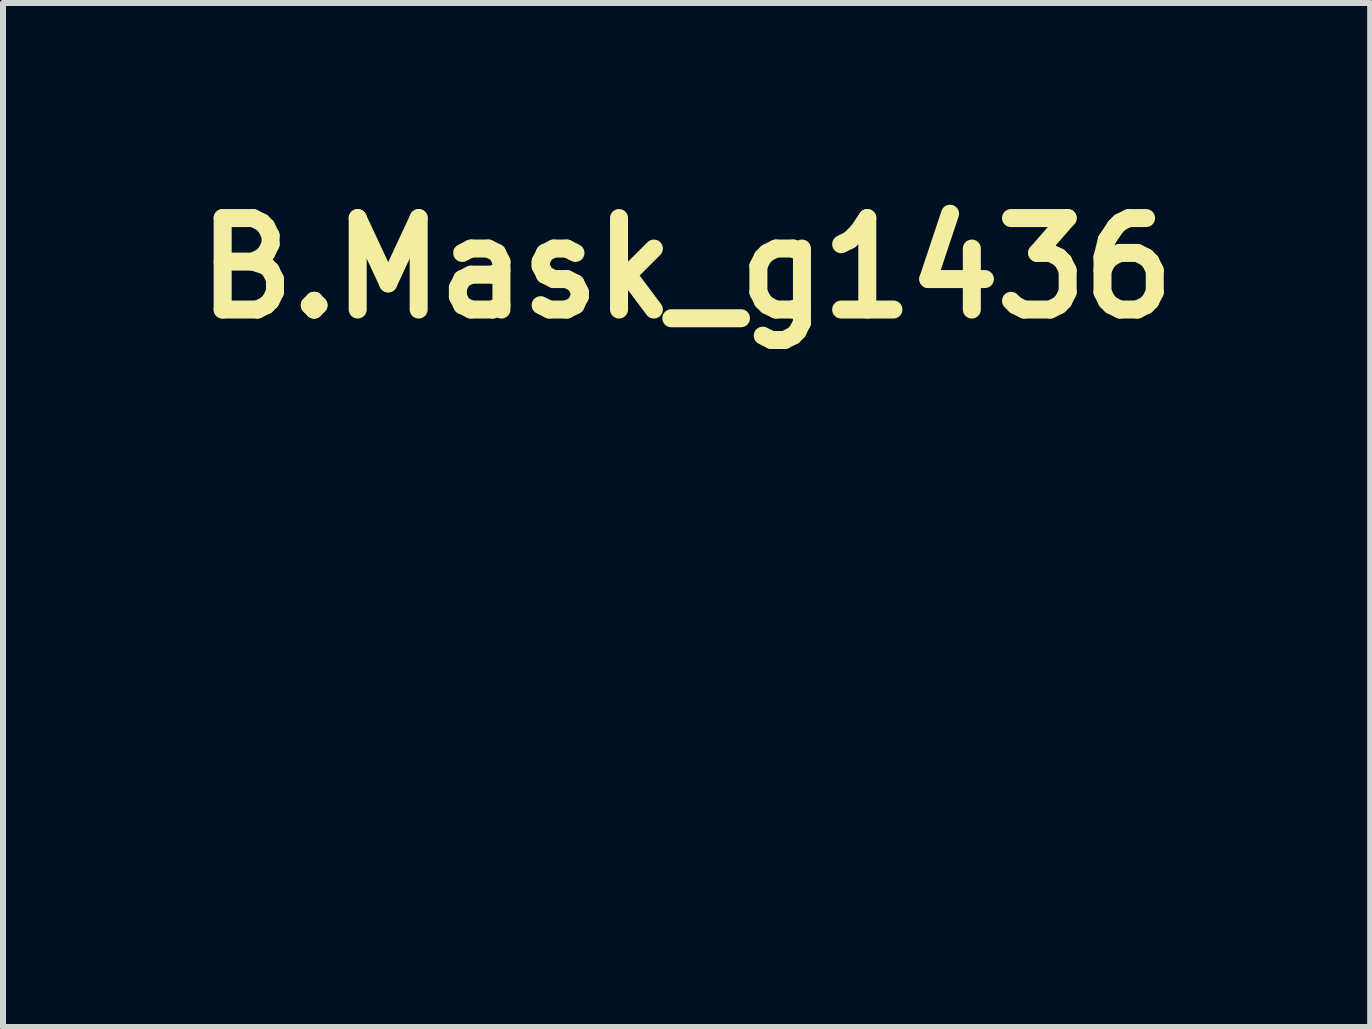
<source format=kicad_pcb>
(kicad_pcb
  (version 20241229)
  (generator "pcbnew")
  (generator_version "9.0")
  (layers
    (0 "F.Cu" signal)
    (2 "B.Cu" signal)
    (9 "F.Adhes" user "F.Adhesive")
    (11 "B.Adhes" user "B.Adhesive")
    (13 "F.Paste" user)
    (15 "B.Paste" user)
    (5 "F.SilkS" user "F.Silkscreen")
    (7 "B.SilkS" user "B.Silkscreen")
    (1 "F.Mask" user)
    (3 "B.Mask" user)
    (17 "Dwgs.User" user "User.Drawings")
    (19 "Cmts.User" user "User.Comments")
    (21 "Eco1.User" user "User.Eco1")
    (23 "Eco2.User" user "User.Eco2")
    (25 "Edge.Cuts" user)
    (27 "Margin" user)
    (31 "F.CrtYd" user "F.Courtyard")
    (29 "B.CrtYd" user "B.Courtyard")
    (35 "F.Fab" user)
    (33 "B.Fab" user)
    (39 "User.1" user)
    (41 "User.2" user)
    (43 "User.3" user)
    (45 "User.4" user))
  (footprint "B.Mask_g1436"
    (layer "F.Cu")
    (at 8.389 1.418)
    (property "Reference" "B.Mask_g1436" (at 0 0 0) (layer "F.SilkS") (effects (font (size 1.524 1.524) (thickness 0.3))))
    (attr through_hole)
    (fp_poly (pts (xy 0.421 3.951) (xy 0.531 3.984) (xy 0.536 3.986) (xy 0.7 4.056) (xy 0.828 4.135) (xy 0.923 4.227) (xy 0.991 4.338) (xy 1.03 4.442) (xy 1.041 4.484) (xy 1.05 4.525) (xy 1.055 4.567) (xy 1.055 4.613) (xy 1.051 4.668) (xy 1.04 4.734) (xy 1.023 4.814) (xy 0.998 4.912) (xy 0.965 5.03) (xy 0.923 5.172) (xy 0.871 5.341) (xy 0.809 5.541) (xy 0.735 5.773) (xy 0.649 6.042) (xy 0.632 6.096) (xy 0.533 6.407) (xy 0.436 6.708) (xy 0.342 6.995) (xy 0.253 7.266) (xy 0.169 7.519) (xy 0.092 7.751) (xy 0.021 7.958) (xy -0.041 8.14) (xy -0.095 8.292) (xy -0.139 8.413) (xy -0.172 8.499) (xy -0.194 8.548) (xy -0.198 8.556) (xy -0.279 8.64) (xy -0.385 8.699) (xy -0.506 8.728) (xy -0.632 8.723) (xy -0.677 8.713) (xy -0.852 8.648) (xy -0.995 8.567) (xy -1.07 8.506) (xy -1.167 8.399) (xy -1.231 8.285) (xy -1.262 8.159) (xy -1.261 8.015) (xy -1.23 7.847) (xy -1.22 7.81) (xy -1.199 7.734) (xy -1.165 7.622) (xy -1.122 7.48) (xy -1.069 7.31) (xy -1.009 7.117) (xy -0.943 6.905) (xy -0.871 6.679) (xy -0.796 6.442) (xy -0.719 6.198) (xy -0.64 5.952) (xy -0.562 5.707) (xy -0.485 5.468) (xy -0.411 5.239) (xy -0.341 5.024) (xy -0.277 4.827) (xy -0.22 4.652) (xy -0.17 4.504) (xy -0.13 4.385) (xy -0.101 4.301) (xy -0.092 4.276) (xy -0.045 4.169) (xy 0.007 4.092) (xy 0.074 4.034) (xy 0.159 3.987) (xy 0.249 3.952) (xy 0.332 3.94) (xy 0.421 3.951)) (stroke (width 0.01) (type solid)) (fill yes) (layer "B.Mask"))
    (fp_poly (pts (xy 2.504 4.881) (xy 2.632 4.922) (xy 2.759 4.981) (xy 2.873 5.054) (xy 2.92 5.092) (xy 3 5.176) (xy 3.056 5.265) (xy 3.09 5.365) (xy 3.102 5.481) (xy 3.092 5.618) (xy 3.06 5.781) (xy 3.008 5.975) (xy 2.997 6.011) (xy 2.933 6.218) (xy 2.863 6.442) (xy 2.789 6.679) (xy 2.711 6.925) (xy 2.63 7.177) (xy 2.548 7.432) (xy 2.465 7.686) (xy 2.383 7.936) (xy 2.303 8.179) (xy 2.226 8.41) (xy 2.154 8.628) (xy 2.086 8.827) (xy 2.025 9.005) (xy 1.972 9.159) (xy 1.928 9.284) (xy 1.893 9.378) (xy 1.869 9.437) (xy 1.86 9.455) (xy 1.783 9.542) (xy 1.679 9.603) (xy 1.559 9.636) (xy 1.431 9.639) (xy 1.319 9.612) (xy 1.156 9.542) (xy 1.028 9.465) (xy 0.928 9.374) (xy 0.85 9.264) (xy 0.822 9.211) (xy 0.803 9.168) (xy 0.789 9.123) (xy 0.781 9.073) (xy 0.779 9.015) (xy 0.784 8.946) (xy 0.797 8.863) (xy 0.819 8.763) (xy 0.849 8.642) (xy 0.889 8.498) (xy 0.94 8.326) (xy 1.002 8.125) (xy 1.076 7.89) (xy 1.162 7.619) (xy 1.183 7.554) (xy 1.302 7.185) (xy 1.408 6.855) (xy 1.502 6.561) (xy 1.587 6.3) (xy 1.661 6.071) (xy 1.726 5.872) (xy 1.783 5.7) (xy 1.832 5.553) (xy 1.874 5.429) (xy 1.91 5.327) (xy 1.94 5.242) (xy 1.966 5.175) (xy 1.987 5.122) (xy 2.006 5.081) (xy 2.022 5.05) (xy 2.036 5.027) (xy 2.049 5.01) (xy 2.056 5.002) (xy 2.127 4.936) (xy 2.192 4.896) (xy 2.269 4.87) (xy 2.284 4.866) (xy 2.384 4.861) (xy 2.504 4.881)) (stroke (width 0.01) (type solid)) (fill yes) (layer "B.Mask"))
    (fp_poly (pts (xy -3.596 2.158) (xy -3.57 2.168) (xy -3.399 2.246) (xy -3.266 2.338) (xy -3.169 2.445) (xy -3.104 2.572) (xy -3.102 2.58) (xy -3.089 2.616) (xy -3.08 2.651) (xy -3.073 2.686) (xy -3.069 2.726) (xy -3.07 2.771) (xy -3.076 2.826) (xy -3.088 2.892) (xy -3.106 2.973) (xy -3.131 3.071) (xy -3.164 3.189) (xy -3.204 3.329) (xy -3.254 3.494) (xy -3.314 3.687) (xy -3.384 3.911) (xy -3.465 4.168) (xy -3.557 4.461) (xy -3.623 4.667) (xy -3.73 5.005) (xy -3.825 5.304) (xy -3.91 5.568) (xy -3.984 5.798) (xy -4.049 5.997) (xy -4.106 6.167) (xy -4.155 6.311) (xy -4.197 6.43) (xy -4.233 6.527) (xy -4.263 6.604) (xy -4.289 6.664) (xy -4.312 6.709) (xy -4.331 6.741) (xy -4.348 6.762) (xy -4.453 6.845) (xy -4.576 6.891) (xy -4.714 6.897) (xy -4.865 6.865) (xy -4.886 6.858) (xy -4.994 6.811) (xy -5.102 6.751) (xy -5.195 6.686) (xy -5.244 6.641) (xy -5.277 6.596) (xy -5.317 6.528) (xy -5.346 6.469) (xy -5.379 6.39) (xy -5.393 6.326) (xy -5.393 6.256) (xy -5.39 6.224) (xy -5.378 6.15) (xy -5.351 6.036) (xy -5.311 5.885) (xy -5.257 5.696) (xy -5.191 5.472) (xy -5.112 5.214) (xy -5.021 4.922) (xy -4.918 4.597) (xy -4.803 4.24) (xy -4.677 3.853) (xy -4.54 3.436) (xy -4.432 3.109) (xy -4.364 2.905) (xy -4.307 2.738) (xy -4.261 2.602) (xy -4.222 2.496) (xy -4.191 2.414) (xy -4.165 2.353) (xy -4.144 2.308) (xy -4.124 2.276) (xy -4.106 2.253) (xy -4.1 2.248) (xy -3.992 2.167) (xy -3.875 2.126) (xy -3.743 2.123) (xy -3.596 2.158)) (stroke (width 0.01) (type solid)) (fill yes) (layer "B.Mask"))
    (fp_poly (pts (xy -1.563 3.061) (xy -1.399 3.117) (xy -1.252 3.205) (xy -1.129 3.322) (xy -1.091 3.371) (xy -1.043 3.447) (xy -1.016 3.511) (xy -1.003 3.581) (xy -0.999 3.627) (xy -0.997 3.668) (xy -0.999 3.712) (xy -1.003 3.762) (xy -1.012 3.82) (xy -1.026 3.888) (xy -1.045 3.97) (xy -1.07 4.068) (xy -1.103 4.184) (xy -1.143 4.32) (xy -1.192 4.481) (xy -1.25 4.667) (xy -1.318 4.881) (xy -1.397 5.127) (xy -1.487 5.406) (xy -1.589 5.721) (xy -1.661 5.945) (xy -1.765 6.263) (xy -1.857 6.544) (xy -1.938 6.788) (xy -2.008 6.997) (xy -2.069 7.175) (xy -2.121 7.322) (xy -2.164 7.441) (xy -2.2 7.534) (xy -2.23 7.604) (xy -2.253 7.651) (xy -2.27 7.678) (xy -2.272 7.68) (xy -2.369 7.755) (xy -2.487 7.799) (xy -2.621 7.81) (xy -2.763 7.787) (xy -2.839 7.761) (xy -2.973 7.699) (xy -3.076 7.633) (xy -3.161 7.557) (xy -3.186 7.529) (xy -3.251 7.429) (xy -3.299 7.309) (xy -3.322 7.19) (xy -3.323 7.165) (xy -3.319 7.12) (xy -3.305 7.051) (xy -3.282 6.955) (xy -3.249 6.832) (xy -3.206 6.68) (xy -3.152 6.498) (xy -3.088 6.284) (xy -3.012 6.038) (xy -2.924 5.758) (xy -2.824 5.444) (xy -2.712 5.093) (xy -2.587 4.704) (xy -2.448 4.277) (xy -2.424 4.202) (xy -2.354 3.987) (xy -2.296 3.809) (xy -2.249 3.663) (xy -2.21 3.546) (xy -2.179 3.455) (xy -2.154 3.384) (xy -2.134 3.332) (xy -2.117 3.293) (xy -2.102 3.264) (xy -2.088 3.241) (xy -2.073 3.221) (xy -2.055 3.199) (xy -2.05 3.192) (xy -1.965 3.107) (xy -1.87 3.059) (xy -1.753 3.041) (xy -1.735 3.041) (xy -1.563 3.061)) (stroke (width 0.01) (type solid)) (fill yes) (layer "B.Mask")))
  (gr_rect
    (start -3 -3)
    (end 19.779 14.062)
    (stroke (width 0.1) (type default))
    (fill no)
    (layer "Edge.Cuts")))
</source>
